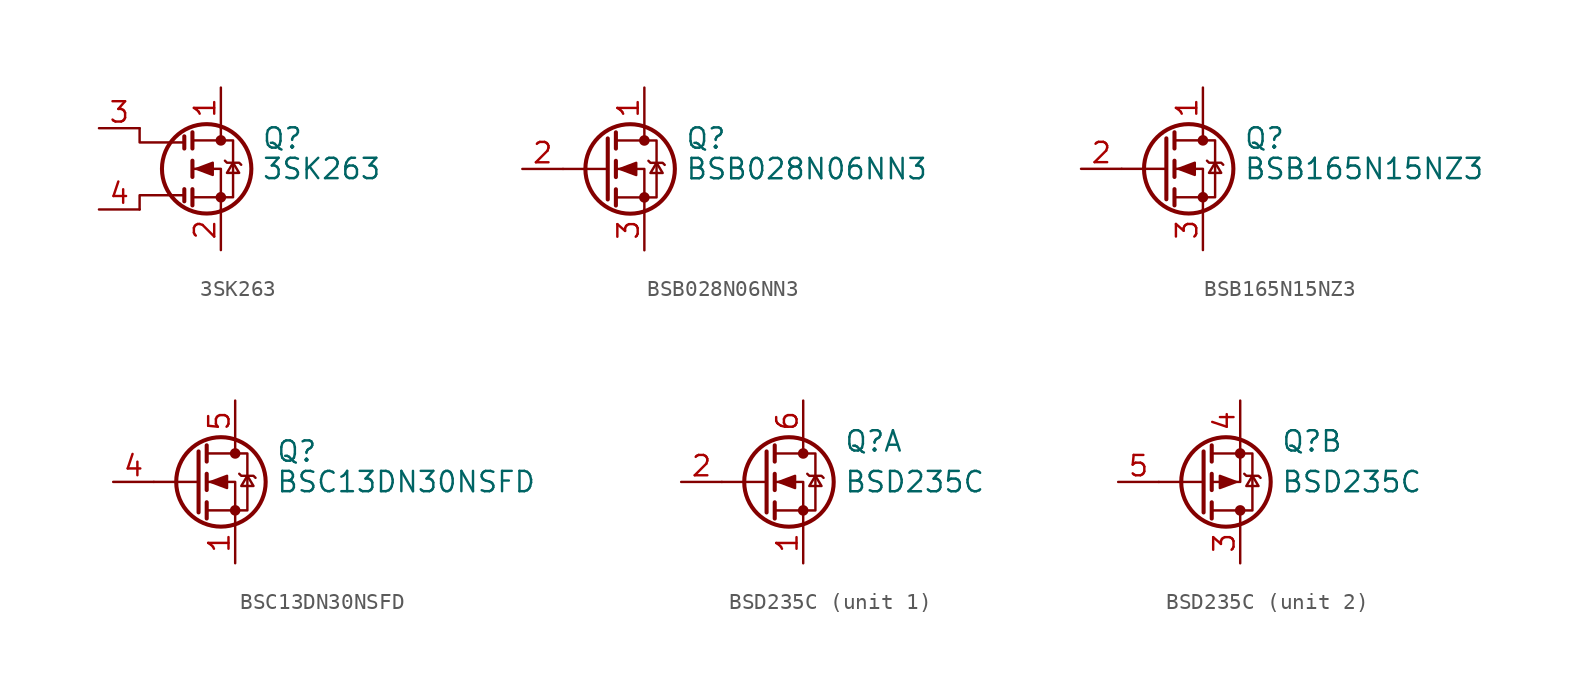
<source format=kicad_sym>
(kicad_symbol_lib
  (version 20220914)
  (generator kicad_symbol_editor)
  (symbol "3SK263"
    (pin_names hide)
    (property "Reference" "Q"
      (at 5.08 1.905 0)
      (effects (font (size 1.27 1.27)) (justify left)))
    (property "Value" "3SK263"
      (at 5.08 0 0)
      (effects (font (size 1.27 1.27)) (justify left)))
    (symbol "3SK263_0_1"
      (polyline (pts (xy 0.254 -2.032) (xy 0.254 -1.27)) (stroke (width 0.254) (type default)) (fill (type none)))
      (polyline (pts (xy 0.254 2.032) (xy 0.254 1.27)) (stroke (width 0.254) (type default)) (fill (type none)))
      (polyline (pts (xy 0.762 -1.27) (xy 0.762 -2.286)) (stroke (width 0.254) (type default)) (fill (type none)))
      (polyline (pts (xy 0.762 0.508) (xy 0.762 -0.508)) (stroke (width 0.254) (type default)) (fill (type none)))
      (polyline (pts (xy 0.762 2.286) (xy 0.762 1.27)) (stroke (width 0.254) (type default)) (fill (type none)))
      (polyline (pts (xy 2.54 2.54) (xy 2.54 1.778)) (stroke (width 0) (type default)) (fill (type none)))
      (polyline (pts (xy 0.254 -1.651) (xy -2.54 -1.651) (xy -2.54 -2.54)) (stroke (width 0) (type default)) (fill (type none)))
      (polyline (pts (xy 0.254 1.651) (xy -2.54 1.651) (xy -2.54 2.54)) (stroke (width 0) (type default)) (fill (type none)))
      (polyline (pts (xy 2.54 -2.54) (xy 2.54 0) (xy 0.762 0)) (stroke (width 0) (type default)) (fill (type none)))
      (polyline (pts (xy 0.762 -1.778) (xy 3.302 -1.778) (xy 3.302 1.778) (xy 0.762 1.778)) (stroke (width 0) (type default)) (fill (type none)))
      (polyline (pts (xy 1.016 0) (xy 2.032 0.381) (xy 2.032 -0.381) (xy 1.016 0)) (stroke (width 0) (type default)) (fill (type outline)))
      (polyline (pts (xy 2.794 0.508) (xy 2.921 0.381) (xy 3.683 0.381) (xy 3.81 0.254)) (stroke (width 0) (type default)) (fill (type none)))
      (polyline (pts (xy 3.302 0.381) (xy 2.921 -0.254) (xy 3.683 -0.254) (xy 3.302 0.381)) (stroke (width 0) (type default)) (fill (type none)))
      (circle (center 1.651 0) (radius 2.794) (stroke (width 0.254) (type default)) (fill (type none)))
      (circle (center 2.54 -1.778) (radius 0.254) (stroke (width 0) (type default)) (fill (type outline)))
      (circle (center 2.54 1.778) (radius 0.254) (stroke (width 0) (type default)) (fill (type outline))))
    (symbol "3SK263_1_1"
      (pin passive line (at 2.54 5.08 270) (length 2.54) (name "D" (effects (font (size 1.27 1.27)))) (number "1" (effects (font (size 1.27 1.27)))))
      (pin passive line (at 2.54 -5.08 90) (length 2.54) (name "S" (effects (font (size 1.27 1.27)))) (number "2" (effects (font (size 1.27 1.27)))))
      (pin passive line (at -5.08 2.54 0) (length 2.54) (name "G1" (effects (font (size 1.27 1.27)))) (number "3" (effects (font (size 1.27 1.27)))))
      (pin passive line (at -5.08 -2.54 0) (length 2.54) (name "G2" (effects (font (size 1.27 1.27)))) (number "4" (effects (font (size 1.27 1.27)))))))
  (symbol "BSB028N06NN3"
    (pin_names hide)
    (property "Reference" "Q"
      (at 5.08 1.905 0)
      (effects (font (size 1.27 1.27)) (justify left)))
    (property "Value" "BSB028N06NN3"
      (at 5.08 0 0)
      (effects (font (size 1.27 1.27)) (justify left)))
    (symbol "BSB028N06NN3_0_1"
      (polyline (pts (xy 0.254 0) (xy -2.54 0)) (stroke (width 0) (type default)) (fill (type none)))
      (polyline (pts (xy 0.254 1.905) (xy 0.254 -1.905)) (stroke (width 0.254) (type default)) (fill (type none)))
      (polyline (pts (xy 0.762 -1.27) (xy 0.762 -2.286)) (stroke (width 0.254) (type default)) (fill (type none)))
      (polyline (pts (xy 0.762 0.508) (xy 0.762 -0.508)) (stroke (width 0.254) (type default)) (fill (type none)))
      (polyline (pts (xy 0.762 2.286) (xy 0.762 1.27)) (stroke (width 0.254) (type default)) (fill (type none)))
      (polyline (pts (xy 2.54 2.54) (xy 2.54 1.778)) (stroke (width 0) (type default)) (fill (type none)))
      (polyline (pts (xy 2.54 -2.54) (xy 2.54 0) (xy 0.762 0)) (stroke (width 0) (type default)) (fill (type none)))
      (polyline (pts (xy 0.762 -1.778) (xy 3.302 -1.778) (xy 3.302 1.778) (xy 0.762 1.778)) (stroke (width 0) (type default)) (fill (type none)))
      (polyline (pts (xy 1.016 0) (xy 2.032 0.381) (xy 2.032 -0.381) (xy 1.016 0)) (stroke (width 0) (type default)) (fill (type outline)))
      (polyline (pts (xy 2.794 0.508) (xy 2.921 0.381) (xy 3.683 0.381) (xy 3.81 0.254)) (stroke (width 0) (type default)) (fill (type none)))
      (polyline (pts (xy 3.302 0.381) (xy 2.921 -0.254) (xy 3.683 -0.254) (xy 3.302 0.381)) (stroke (width 0) (type default)) (fill (type none)))
      (circle (center 1.651 0) (radius 2.794) (stroke (width 0.254) (type default)) (fill (type none)))
      (circle (center 2.54 -1.778) (radius 0.254) (stroke (width 0) (type default)) (fill (type outline)))
      (circle (center 2.54 1.778) (radius 0.254) (stroke (width 0) (type default)) (fill (type outline))))
    (symbol "BSB028N06NN3_1_1"
      (pin passive line (at 2.54 5.08 270) (length 2.54) (name "D" (effects (font (size 1.27 1.27)))) (number "1" (effects (font (size 1.27 1.27)))))
      (pin input line (at -5.08 0 0) (length 2.54) (name "G" (effects (font (size 1.27 1.27)))) (number "2" (effects (font (size 1.27 1.27)))))
      (pin passive line (at 2.54 -5.08 90) (length 2.54) (name "S" (effects (font (size 1.27 1.27)))) (number "3" (effects (font (size 1.27 1.27)))))))
  (symbol "BSB165N15NZ3"
    (pin_names hide)
    (property "Reference" "Q"
      (at 5.08 1.905 0)
      (effects (font (size 1.27 1.27)) (justify left)))
    (property "Value" "BSB165N15NZ3"
      (at 5.08 0 0)
      (effects (font (size 1.27 1.27)) (justify left)))
    (symbol "BSB165N15NZ3_0_1"
      (polyline (pts (xy 0.254 0) (xy -2.54 0)) (stroke (width 0) (type default)) (fill (type none)))
      (polyline (pts (xy 0.254 1.905) (xy 0.254 -1.905)) (stroke (width 0.254) (type default)) (fill (type none)))
      (polyline (pts (xy 0.762 -1.27) (xy 0.762 -2.286)) (stroke (width 0.254) (type default)) (fill (type none)))
      (polyline (pts (xy 0.762 0.508) (xy 0.762 -0.508)) (stroke (width 0.254) (type default)) (fill (type none)))
      (polyline (pts (xy 0.762 2.286) (xy 0.762 1.27)) (stroke (width 0.254) (type default)) (fill (type none)))
      (polyline (pts (xy 2.54 2.54) (xy 2.54 1.778)) (stroke (width 0) (type default)) (fill (type none)))
      (polyline (pts (xy 2.54 -2.54) (xy 2.54 0) (xy 0.762 0)) (stroke (width 0) (type default)) (fill (type none)))
      (polyline (pts (xy 0.762 -1.778) (xy 3.302 -1.778) (xy 3.302 1.778) (xy 0.762 1.778)) (stroke (width 0) (type default)) (fill (type none)))
      (polyline (pts (xy 1.016 0) (xy 2.032 0.381) (xy 2.032 -0.381) (xy 1.016 0)) (stroke (width 0) (type default)) (fill (type outline)))
      (polyline (pts (xy 2.794 0.508) (xy 2.921 0.381) (xy 3.683 0.381) (xy 3.81 0.254)) (stroke (width 0) (type default)) (fill (type none)))
      (polyline (pts (xy 3.302 0.381) (xy 2.921 -0.254) (xy 3.683 -0.254) (xy 3.302 0.381)) (stroke (width 0) (type default)) (fill (type none)))
      (circle (center 1.651 0) (radius 2.794) (stroke (width 0.254) (type default)) (fill (type none)))
      (circle (center 2.54 -1.778) (radius 0.254) (stroke (width 0) (type default)) (fill (type outline)))
      (circle (center 2.54 1.778) (radius 0.254) (stroke (width 0) (type default)) (fill (type outline))))
    (symbol "BSB165N15NZ3_1_1"
      (pin passive line (at 2.54 5.08 270) (length 2.54) (name "D" (effects (font (size 1.27 1.27)))) (number "1" (effects (font (size 1.27 1.27)))))
      (pin input line (at -5.08 0 0) (length 2.54) (name "G" (effects (font (size 1.27 1.27)))) (number "2" (effects (font (size 1.27 1.27)))))
      (pin passive line (at 2.54 -5.08 90) (length 2.54) (name "S" (effects (font (size 1.27 1.27)))) (number "3" (effects (font (size 1.27 1.27)))))))
  (symbol "BSC13DN30NSFD"
    (pin_names hide)
    (property "Reference" "Q"
      (at 5.08 1.905 0)
      (effects (font (size 1.27 1.27)) (justify left)))
    (property "Value" "BSC13DN30NSFD"
      (at 5.08 0 0)
      (effects (font (size 1.27 1.27)) (justify left)))
    (symbol "BSC13DN30NSFD_0_1"
      (polyline (pts (xy 0.254 0) (xy -2.54 0)) (stroke (width 0) (type default)) (fill (type none)))
      (polyline (pts (xy 0.254 1.905) (xy 0.254 -1.905)) (stroke (width 0.254) (type default)) (fill (type none)))
      (polyline (pts (xy 0.762 -1.27) (xy 0.762 -2.286)) (stroke (width 0.254) (type default)) (fill (type none)))
      (polyline (pts (xy 0.762 0.508) (xy 0.762 -0.508)) (stroke (width 0.254) (type default)) (fill (type none)))
      (polyline (pts (xy 0.762 2.286) (xy 0.762 1.27)) (stroke (width 0.254) (type default)) (fill (type none)))
      (polyline (pts (xy 2.54 2.54) (xy 2.54 1.778)) (stroke (width 0) (type default)) (fill (type none)))
      (polyline (pts (xy 2.54 -2.54) (xy 2.54 0) (xy 0.762 0)) (stroke (width 0) (type default)) (fill (type none)))
      (polyline (pts (xy 0.762 -1.778) (xy 3.302 -1.778) (xy 3.302 1.778) (xy 0.762 1.778)) (stroke (width 0) (type default)) (fill (type none)))
      (polyline (pts (xy 1.016 0) (xy 2.032 0.381) (xy 2.032 -0.381) (xy 1.016 0)) (stroke (width 0) (type default)) (fill (type outline)))
      (polyline (pts (xy 2.794 0.508) (xy 2.921 0.381) (xy 3.683 0.381) (xy 3.81 0.254)) (stroke (width 0) (type default)) (fill (type none)))
      (polyline (pts (xy 3.302 0.381) (xy 2.921 -0.254) (xy 3.683 -0.254) (xy 3.302 0.381)) (stroke (width 0) (type default)) (fill (type none)))
      (circle (center 1.651 0) (radius 2.794) (stroke (width 0.254) (type default)) (fill (type none)))
      (circle (center 2.54 -1.778) (radius 0.254) (stroke (width 0) (type default)) (fill (type outline)))
      (circle (center 2.54 1.778) (radius 0.254) (stroke (width 0) (type default)) (fill (type outline))))
    (symbol "BSC13DN30NSFD_1_1"
      (pin passive line (at 2.54 -5.08 90) (length 2.54) (name "S" (effects (font (size 1.27 1.27)))) (number "1" (effects (font (size 1.27 1.27)))))
      (pin passive line (at 2.54 -5.08 90) (length 2.54) hide (name "S" (effects (font (size 1.27 1.27)))) (number "2" (effects (font (size 1.27 1.27)))))
      (pin passive line (at 2.54 -5.08 90) (length 2.54) hide (name "S" (effects (font (size 1.27 1.27)))) (number "3" (effects (font (size 1.27 1.27)))))
      (pin passive line (at -5.08 0 0) (length 2.54) (name "G" (effects (font (size 1.27 1.27)))) (number "4" (effects (font (size 1.27 1.27)))))
      (pin passive line (at 2.54 5.08 270) (length 2.54) (name "D" (effects (font (size 1.27 1.27)))) (number "5" (effects (font (size 1.27 1.27)))))))
  (symbol "BSD235C"
    (pin_names hide)
    (property "Reference" "Q"
      (at 5.08 2.54 0)
      (effects (font (size 1.27 1.27)) (justify left)))
    (property "Value" "BSD235C"
      (at 5.08 0 0)
      (effects (font (size 1.27 1.27)) (justify left)))
    (symbol "BSD235C_1_1"
      (polyline (pts (xy 0.254 -1.905) (xy 0.254 1.905)) (stroke (width 0.254) (type default)) (fill (type none)))
      (polyline (pts (xy 0.254 0) (xy -2.54 0)) (stroke (width 0) (type default)) (fill (type none)))
      (polyline (pts (xy 0.762 -2.286) (xy 0.762 -1.27)) (stroke (width 0.254) (type default)) (fill (type none)))
      (polyline (pts (xy 0.762 -0.508) (xy 0.762 0.508)) (stroke (width 0.254) (type default)) (fill (type none)))
      (polyline (pts (xy 0.762 1.27) (xy 0.762 2.286)) (stroke (width 0.254) (type default)) (fill (type none)))
      (polyline (pts (xy 2.54 1.905) (xy 2.54 2.54)) (stroke (width 0) (type default)) (fill (type none)))
      (polyline (pts (xy 2.54 -2.54) (xy 2.54 0) (xy 0.762 0)) (stroke (width 0) (type default)) (fill (type none)))
      (polyline (pts (xy 0.762 1.778) (xy 3.302 1.778) (xy 3.302 -1.778) (xy 0.762 -1.778)) (stroke (width 0) (type default)) (fill (type none)))
      (polyline (pts (xy 1.016 0) (xy 2.032 -0.381) (xy 2.032 0.381) (xy 1.016 0)) (stroke (width 0) (type default)) (fill (type outline)))
      (polyline (pts (xy 2.794 0.508) (xy 2.921 0.381) (xy 3.683 0.381) (xy 3.81 0.254)) (stroke (width 0) (type default)) (fill (type none)))
      (polyline (pts (xy 3.302 0.381) (xy 2.921 -0.254) (xy 3.683 -0.254) (xy 3.302 0.381)) (stroke (width 0) (type default)) (fill (type none)))
      (circle (center 1.651 0) (radius 2.794) (stroke (width 0.254) (type default)) (fill (type none)))
      (circle (center 2.54 -1.778) (radius 0.254) (stroke (width 0) (type default)) (fill (type outline)))
      (circle (center 2.54 1.778) (radius 0.254) (stroke (width 0) (type default)) (fill (type outline)))
      (pin passive line (at 2.54 -5.08 90) (length 2.54) (name "SN" (effects (font (size 1.27 1.27)))) (number "1" (effects (font (size 1.27 1.27)))))
      (pin input line (at -5.08 0 0) (length 2.54) (name "GN" (effects (font (size 1.27 1.27)))) (number "2" (effects (font (size 1.27 1.27)))))
      (pin passive line (at 2.54 5.08 270) (length 2.54) (name "DN" (effects (font (size 1.27 1.27)))) (number "6" (effects (font (size 1.27 1.27))))))
    (symbol "BSD235C_2_1"
      (polyline (pts (xy 0.254 0) (xy -2.54 0)) (stroke (width 0) (type default)) (fill (type none)))
      (polyline (pts (xy 0.254 1.905) (xy 0.254 -1.905)) (stroke (width 0.254) (type default)) (fill (type none)))
      (polyline (pts (xy 0.762 -1.27) (xy 0.762 -2.286)) (stroke (width 0.254) (type default)) (fill (type none)))
      (polyline (pts (xy 0.762 0.508) (xy 0.762 -0.508)) (stroke (width 0.254) (type default)) (fill (type none)))
      (polyline (pts (xy 0.762 2.286) (xy 0.762 1.27)) (stroke (width 0.254) (type default)) (fill (type none)))
      (polyline (pts (xy 2.54 -1.905) (xy 2.54 -2.54)) (stroke (width 0) (type default)) (fill (type none)))
      (polyline (pts (xy 2.54 2.54) (xy 2.54 0) (xy 0.762 0)) (stroke (width 0) (type default)) (fill (type none)))
      (polyline (pts (xy 0.762 -1.778) (xy 3.302 -1.778) (xy 3.302 1.778) (xy 0.762 1.778)) (stroke (width 0) (type default)) (fill (type none)))
      (polyline (pts (xy 2.286 0) (xy 1.27 -0.381) (xy 1.27 0.381) (xy 2.286 0)) (stroke (width 0) (type default)) (fill (type outline)))
      (polyline (pts (xy 2.794 0.508) (xy 2.921 0.381) (xy 3.683 0.381) (xy 3.81 0.254)) (stroke (width 0) (type default)) (fill (type none)))
      (polyline (pts (xy 3.302 0.381) (xy 2.921 -0.254) (xy 3.683 -0.254) (xy 3.302 0.381)) (stroke (width 0) (type default)) (fill (type none)))
      (circle (center 1.651 0) (radius 2.794) (stroke (width 0.254) (type default)) (fill (type none)))
      (circle (center 2.54 -1.778) (radius 0.254) (stroke (width 0) (type default)) (fill (type outline)))
      (circle (center 2.54 1.778) (radius 0.254) (stroke (width 0) (type default)) (fill (type outline)))
      (pin passive line (at 2.54 -5.08 90) (length 2.54) (name "DP" (effects (font (size 1.27 1.27)))) (number "3" (effects (font (size 1.27 1.27)))))
      (pin passive line (at 2.54 5.08 270) (length 2.54) (name "SP" (effects (font (size 1.27 1.27)))) (number "4" (effects (font (size 1.27 1.27)))))
      (pin input line (at -5.08 0 0) (length 2.54) (name "GP" (effects (font (size 1.27 1.27)))) (number "5" (effects (font (size 1.27 1.27))))))))
</source>
